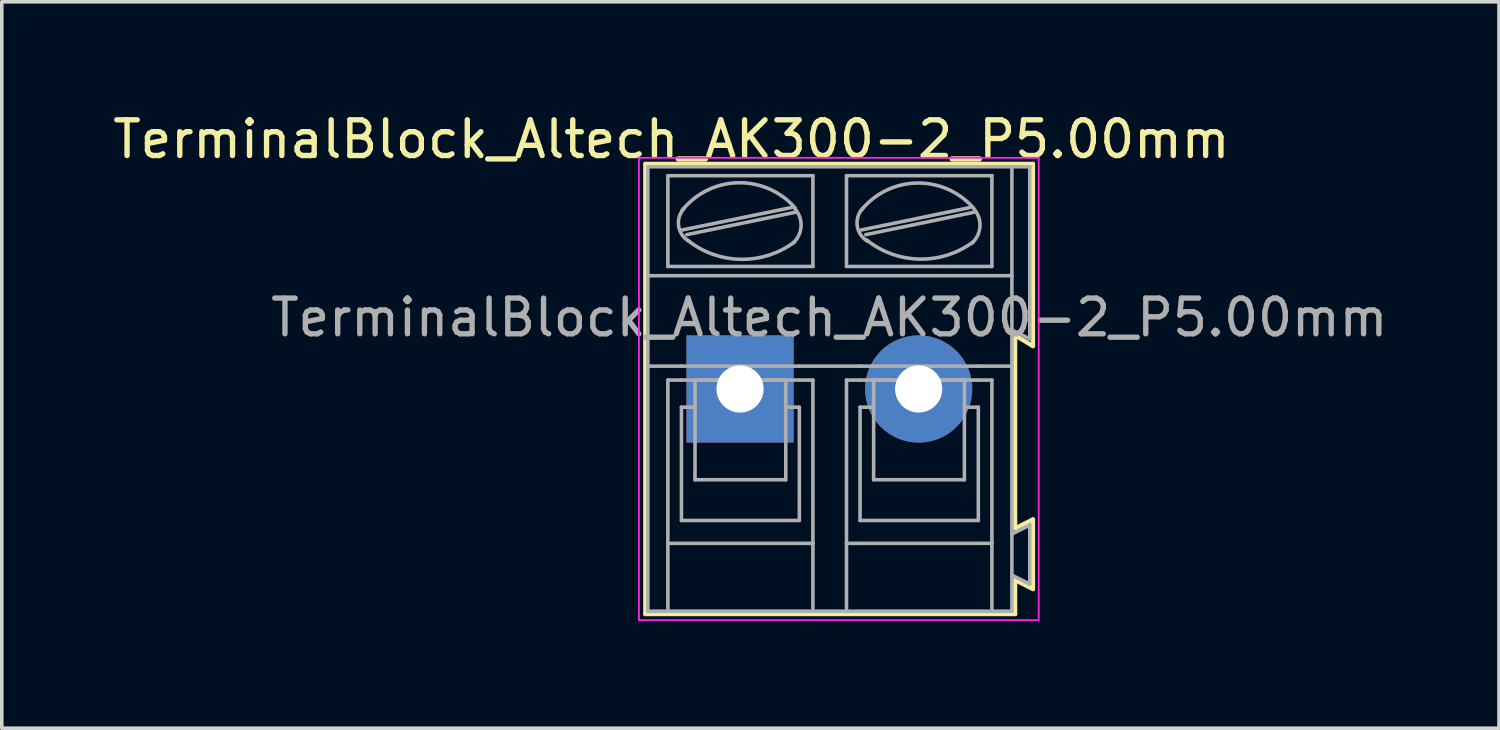
<source format=kicad_pcb>
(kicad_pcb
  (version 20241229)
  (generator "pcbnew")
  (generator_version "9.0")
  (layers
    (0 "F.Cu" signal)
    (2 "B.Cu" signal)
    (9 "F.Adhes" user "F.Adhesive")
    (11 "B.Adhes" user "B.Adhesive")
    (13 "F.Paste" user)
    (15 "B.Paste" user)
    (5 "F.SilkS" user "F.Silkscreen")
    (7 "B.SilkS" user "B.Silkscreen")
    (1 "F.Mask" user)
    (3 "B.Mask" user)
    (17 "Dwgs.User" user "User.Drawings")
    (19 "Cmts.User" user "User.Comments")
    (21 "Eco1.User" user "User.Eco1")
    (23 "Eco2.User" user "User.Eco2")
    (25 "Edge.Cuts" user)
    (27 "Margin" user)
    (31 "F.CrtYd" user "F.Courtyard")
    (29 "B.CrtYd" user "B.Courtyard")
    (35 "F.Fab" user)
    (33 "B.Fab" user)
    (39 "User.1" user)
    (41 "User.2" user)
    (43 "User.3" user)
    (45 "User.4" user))
  (footprint "TerminalBlock_Altech_AK300-2_P5.00mm"
    (layer "F.Cu")
    (at 17.664 7.838)
    (property "Reference" "TerminalBlock_Altech_AK300-2_P5.00mm" (at -1.92 -6.99 0) (layer "F.SilkS") (effects (font (size 1 1) (thickness 0.15))))
    (attr through_hole)
    (fp_line (start -2.65 -6.3) (end -2.65 6.3) (stroke (width 0.12) (type solid)) (layer "F.SilkS"))
    (fp_line (start -2.65 6.3) (end 7.7 6.3) (stroke (width 0.12) (type solid)) (layer "F.SilkS"))
    (fp_line (start 7.7 -1.5) (end 8.2 -1.2) (stroke (width 0.12) (type solid)) (layer "F.SilkS"))
    (fp_line (start 7.7 3.9) (end 7.7 -1.5) (stroke (width 0.12) (type solid)) (layer "F.SilkS"))
    (fp_line (start 7.7 5.35) (end 8.2 5.6) (stroke (width 0.12) (type solid)) (layer "F.SilkS"))
    (fp_line (start 7.7 6.3) (end 7.7 5.35) (stroke (width 0.12) (type solid)) (layer "F.SilkS"))
    (fp_line (start 8.2 -6.3) (end -2.65 -6.3) (stroke (width 0.12) (type solid)) (layer "F.SilkS"))
    (fp_line (start 8.2 -1.2) (end 8.2 -6.3) (stroke (width 0.12) (type solid)) (layer "F.SilkS"))
    (fp_line (start 8.2 3.65) (end 7.7 3.9) (stroke (width 0.12) (type solid)) (layer "F.SilkS"))
    (fp_line (start 8.2 3.7) (end 8.2 3.65) (stroke (width 0.12) (type solid)) (layer "F.SilkS"))
    (fp_line (start 8.2 5.6) (end 8.2 3.7) (stroke (width 0.12) (type solid)) (layer "F.SilkS"))
    (fp_line (start -2.83 -6.47) (end -2.83 6.47) (stroke (width 0.05) (type solid)) (layer "F.CrtYd"))
    (fp_line (start -2.83 -6.47) (end 8.36 -6.47) (stroke (width 0.05) (type solid)) (layer "F.CrtYd"))
    (fp_line (start 8.36 6.47) (end -2.83 6.47) (stroke (width 0.05) (type solid)) (layer "F.CrtYd"))
    (fp_line (start 8.36 6.47) (end 8.36 -6.47) (stroke (width 0.05) (type solid)) (layer "F.CrtYd"))
    (fp_line (start -2.58 -3.17) (end -2.58 -6.22) (stroke (width 0.1) (type solid)) (layer "F.Fab"))
    (fp_line (start -2.58 -3.17) (end 7.61 -3.17) (stroke (width 0.1) (type solid)) (layer "F.Fab"))
    (fp_line (start -2.58 -0.64) (end -2.58 -3.17) (stroke (width 0.1) (type solid)) (layer "F.Fab"))
    (fp_line (start -2.58 -0.64) (end -1.64 -0.64) (stroke (width 0.1) (type solid)) (layer "F.Fab"))
    (fp_line (start -2.58 6.22) (end -2.58 -0.64) (stroke (width 0.1) (type solid)) (layer "F.Fab"))
    (fp_line (start -2.58 6.22) (end -2.02 6.22) (stroke (width 0.1) (type solid)) (layer "F.Fab"))
    (fp_line (start -2.02 -3.43) (end -2.02 -5.97) (stroke (width 0.1) (type solid)) (layer "F.Fab"))
    (fp_line (start -2.02 -0.25) (end -2.02 4.32) (stroke (width 0.1) (type solid)) (layer "F.Fab"))
    (fp_line (start -2.02 -0.25) (end -1.64 -0.25) (stroke (width 0.1) (type solid)) (layer "F.Fab"))
    (fp_line (start -2.02 4.32) (end -2.02 6.22) (stroke (width 0.1) (type solid)) (layer "F.Fab"))
    (fp_line (start -2.02 6.22) (end 2.04 6.22) (stroke (width 0.1) (type solid)) (layer "F.Fab"))
    (fp_line (start -1.64 -0.64) (end 1.66 -0.64) (stroke (width 0.1) (type solid)) (layer "F.Fab"))
    (fp_line (start -1.64 0.51) (end -1.26 0.51) (stroke (width 0.1) (type solid)) (layer "F.Fab"))
    (fp_line (start -1.64 3.68) (end -1.64 0.51) (stroke (width 0.1) (type solid)) (layer "F.Fab"))
    (fp_line (start -1.62 -4.45) (end 1.44 -5.08) (stroke (width 0.1) (type solid)) (layer "F.Fab"))
    (fp_line (start -1.49 -4.32) (end 1.56 -4.95) (stroke (width 0.1) (type solid)) (layer "F.Fab"))
    (fp_line (start -1.26 -0.25) (end 1.28 -0.25) (stroke (width 0.1) (type solid)) (layer "F.Fab"))
    (fp_line (start -1.26 2.54) (end -1.26 -0.25) (stroke (width 0.1) (type solid)) (layer "F.Fab"))
    (fp_line (start -1.26 2.54) (end 1.28 2.54) (stroke (width 0.1) (type solid)) (layer "F.Fab"))
    (fp_line (start 1.28 2.54) (end 1.28 -0.25) (stroke (width 0.1) (type solid)) (layer "F.Fab"))
    (fp_line (start 1.66 -0.64) (end 3.36 -0.64) (stroke (width 0.1) (type solid)) (layer "F.Fab"))
    (fp_line (start 1.66 -0.25) (end -1.64 -0.25) (stroke (width 0.1) (type solid)) (layer "F.Fab"))
    (fp_line (start 1.66 0.51) (end 1.28 0.51) (stroke (width 0.1) (type solid)) (layer "F.Fab"))
    (fp_line (start 1.66 3.68) (end -1.64 3.68) (stroke (width 0.1) (type solid)) (layer "F.Fab"))
    (fp_line (start 1.66 3.68) (end 1.66 0.51) (stroke (width 0.1) (type solid)) (layer "F.Fab"))
    (fp_line (start 2.04 -5.97) (end -2.02 -5.97) (stroke (width 0.1) (type solid)) (layer "F.Fab"))
    (fp_line (start 2.04 -3.43) (end -2.02 -3.43) (stroke (width 0.1) (type solid)) (layer "F.Fab"))
    (fp_line (start 2.04 -3.43) (end 2.04 -5.97) (stroke (width 0.1) (type solid)) (layer "F.Fab"))
    (fp_line (start 2.04 -0.25) (end 1.66 -0.25) (stroke (width 0.1) (type solid)) (layer "F.Fab"))
    (fp_line (start 2.04 4.32) (end -2.02 4.32) (stroke (width 0.1) (type solid)) (layer "F.Fab"))
    (fp_line (start 2.04 4.32) (end 2.04 -0.25) (stroke (width 0.1) (type solid)) (layer "F.Fab"))
    (fp_line (start 2.04 6.22) (end 2.04 4.32) (stroke (width 0.1) (type solid)) (layer "F.Fab"))
    (fp_line (start 2.04 6.22) (end 2.98 6.22) (stroke (width 0.1) (type solid)) (layer "F.Fab"))
    (fp_line (start 2.98 -5.97) (end 7.05 -5.97) (stroke (width 0.1) (type solid)) (layer "F.Fab"))
    (fp_line (start 2.98 -3.43) (end 2.98 -5.97) (stroke (width 0.1) (type solid)) (layer "F.Fab"))
    (fp_line (start 2.98 -0.25) (end 3.36 -0.25) (stroke (width 0.1) (type solid)) (layer "F.Fab"))
    (fp_line (start 2.98 4.32) (end 2.98 -0.25) (stroke (width 0.1) (type solid)) (layer "F.Fab"))
    (fp_line (start 2.98 4.32) (end 7.05 4.32) (stroke (width 0.1) (type solid)) (layer "F.Fab"))
    (fp_line (start 2.98 6.22) (end 2.98 4.32) (stroke (width 0.1) (type solid)) (layer "F.Fab"))
    (fp_line (start 2.98 6.22) (end 7.05 6.22) (stroke (width 0.1) (type solid)) (layer "F.Fab"))
    (fp_line (start 3.36 -0.25) (end 6.67 -0.25) (stroke (width 0.1) (type solid)) (layer "F.Fab"))
    (fp_line (start 3.36 0.51) (end 3.74 0.51) (stroke (width 0.1) (type solid)) (layer "F.Fab"))
    (fp_line (start 3.36 3.68) (end 3.36 0.51) (stroke (width 0.1) (type solid)) (layer "F.Fab"))
    (fp_line (start 3.39 -4.45) (end 6.44 -5.08) (stroke (width 0.1) (type solid)) (layer "F.Fab"))
    (fp_line (start 3.52 -4.32) (end 6.56 -4.95) (stroke (width 0.1) (type solid)) (layer "F.Fab"))
    (fp_line (start 3.74 -0.25) (end 6.28 -0.25) (stroke (width 0.1) (type solid)) (layer "F.Fab"))
    (fp_line (start 3.74 2.54) (end 3.74 -0.25) (stroke (width 0.1) (type solid)) (layer "F.Fab"))
    (fp_line (start 3.74 2.54) (end 6.28 2.54) (stroke (width 0.1) (type solid)) (layer "F.Fab"))
    (fp_line (start 6.28 2.54) (end 6.28 -0.25) (stroke (width 0.1) (type solid)) (layer "F.Fab"))
    (fp_line (start 6.67 -0.64) (end 3.36 -0.64) (stroke (width 0.1) (type solid)) (layer "F.Fab"))
    (fp_line (start 6.67 0.51) (end 6.28 0.51) (stroke (width 0.1) (type solid)) (layer "F.Fab"))
    (fp_line (start 6.67 3.68) (end 3.36 3.68) (stroke (width 0.1) (type solid)) (layer "F.Fab"))
    (fp_line (start 6.67 3.68) (end 6.67 0.51) (stroke (width 0.1) (type solid)) (layer "F.Fab"))
    (fp_line (start 7.05 -5.97) (end 7.05 -3.43) (stroke (width 0.1) (type solid)) (layer "F.Fab"))
    (fp_line (start 7.05 -3.43) (end 2.98 -3.43) (stroke (width 0.1) (type solid)) (layer "F.Fab"))
    (fp_line (start 7.05 -0.25) (end 6.67 -0.25) (stroke (width 0.1) (type solid)) (layer "F.Fab"))
    (fp_line (start 7.05 -0.25) (end 7.05 4.32) (stroke (width 0.1) (type solid)) (layer "F.Fab"))
    (fp_line (start 7.05 4.32) (end 7.05 6.22) (stroke (width 0.1) (type solid)) (layer "F.Fab"))
    (fp_line (start 7.05 6.22) (end 7.61 6.22) (stroke (width 0.1) (type solid)) (layer "F.Fab"))
    (fp_line (start 7.61 -6.22) (end -2.58 -6.22) (stroke (width 0.1) (type solid)) (layer "F.Fab"))
    (fp_line (start 7.61 -6.22) (end 7.61 -3.17) (stroke (width 0.1) (type solid)) (layer "F.Fab"))
    (fp_line (start 7.61 -6.22) (end 8.11 -6.22) (stroke (width 0.1) (type solid)) (layer "F.Fab"))
    (fp_line (start 7.61 -3.17) (end 7.61 -1.65) (stroke (width 0.1) (type solid)) (layer "F.Fab"))
    (fp_line (start 7.61 -1.65) (end 7.61 -0.64) (stroke (width 0.1) (type solid)) (layer "F.Fab"))
    (fp_line (start 7.61 -0.64) (end 6.67 -0.64) (stroke (width 0.1) (type solid)) (layer "F.Fab"))
    (fp_line (start 7.61 -0.64) (end 7.61 4.06) (stroke (width 0.1) (type solid)) (layer "F.Fab"))
    (fp_line (start 7.61 4.06) (end 7.61 5.21) (stroke (width 0.1) (type solid)) (layer "F.Fab"))
    (fp_line (start 7.61 5.21) (end 7.61 6.22) (stroke (width 0.1) (type solid)) (layer "F.Fab"))
    (fp_line (start 8.11 -6.22) (end 8.11 -1.4) (stroke (width 0.1) (type solid)) (layer "F.Fab"))
    (fp_line (start 8.11 -1.4) (end 7.61 -1.65) (stroke (width 0.1) (type solid)) (layer "F.Fab"))
    (fp_line (start 8.11 3.81) (end 7.61 4.06) (stroke (width 0.1) (type solid)) (layer "F.Fab"))
    (fp_line (start 8.11 3.81) (end 8.11 5.46) (stroke (width 0.1) (type solid)) (layer "F.Fab"))
    (fp_line (start 8.11 5.46) (end 7.61 5.21) (stroke (width 0.1) (type solid)) (layer "F.Fab"))
    (fp_arc (start -1.62 -5) (mid -0.05669 -5.772528) (end 1.539976 -5.071534) (stroke (width 0.1) (type solid)) (layer "F.Fab"))
    (fp_arc (start -1.42 -4.13) (mid -1.718466 -4.559406) (end -1.562972 -5.058699) (stroke (width 0.1) (type solid)) (layer "F.Fab"))
    (fp_arc (start 1.53 -5.05) (mid 1.708693 -4.558754) (end 1.485619 -4.086005) (stroke (width 0.1) (type solid)) (layer "F.Fab"))
    (fp_arc (start 1.53 -4.12) (mid 0.02849 -3.628196) (end -1.459829 -4.158582) (stroke (width 0.1) (type solid)) (layer "F.Fab"))
    (fp_arc (start 3.39 -5) (mid 4.949737 -5.764867) (end 6.538239 -5.061686) (stroke (width 0.1) (type solid)) (layer "F.Fab"))
    (fp_arc (start 3.58 -4.13) (mid 3.281534 -4.559406) (end 3.437028 -5.058699) (stroke (width 0.1) (type solid)) (layer "F.Fab"))
    (fp_arc (start 6.53 -4.12) (mid 5.030583 -3.634318) (end 3.547667 -4.168263) (stroke (width 0.1) (type solid)) (layer "F.Fab"))
    (fp_arc (start 6.54 -5.05) (mid 6.715733 -4.551652) (end 6.485532 -4.076005) (stroke (width 0.1) (type solid)) (layer "F.Fab"))
    (fp_text user "${REFERENCE}" (at 2.5 -2 0) (layer "F.Fab") (effects (font (size 1 1) (thickness 0.15))))
    (pad "1" thru_hole rect (at 0 0) (size 3 3) (drill 1.32) (layers "*.Cu" "*.Mask"))
    (pad "2" thru_hole circle (at 5 0) (size 3 3) (drill 1.32) (layers "*.Cu" "*.Mask")))
  (gr_rect
    (start -3 -3)
    (end 38.908 17.333)
    (stroke (width 0.1) (type default))
    (fill no)
    (layer "Edge.Cuts")))
</source>
